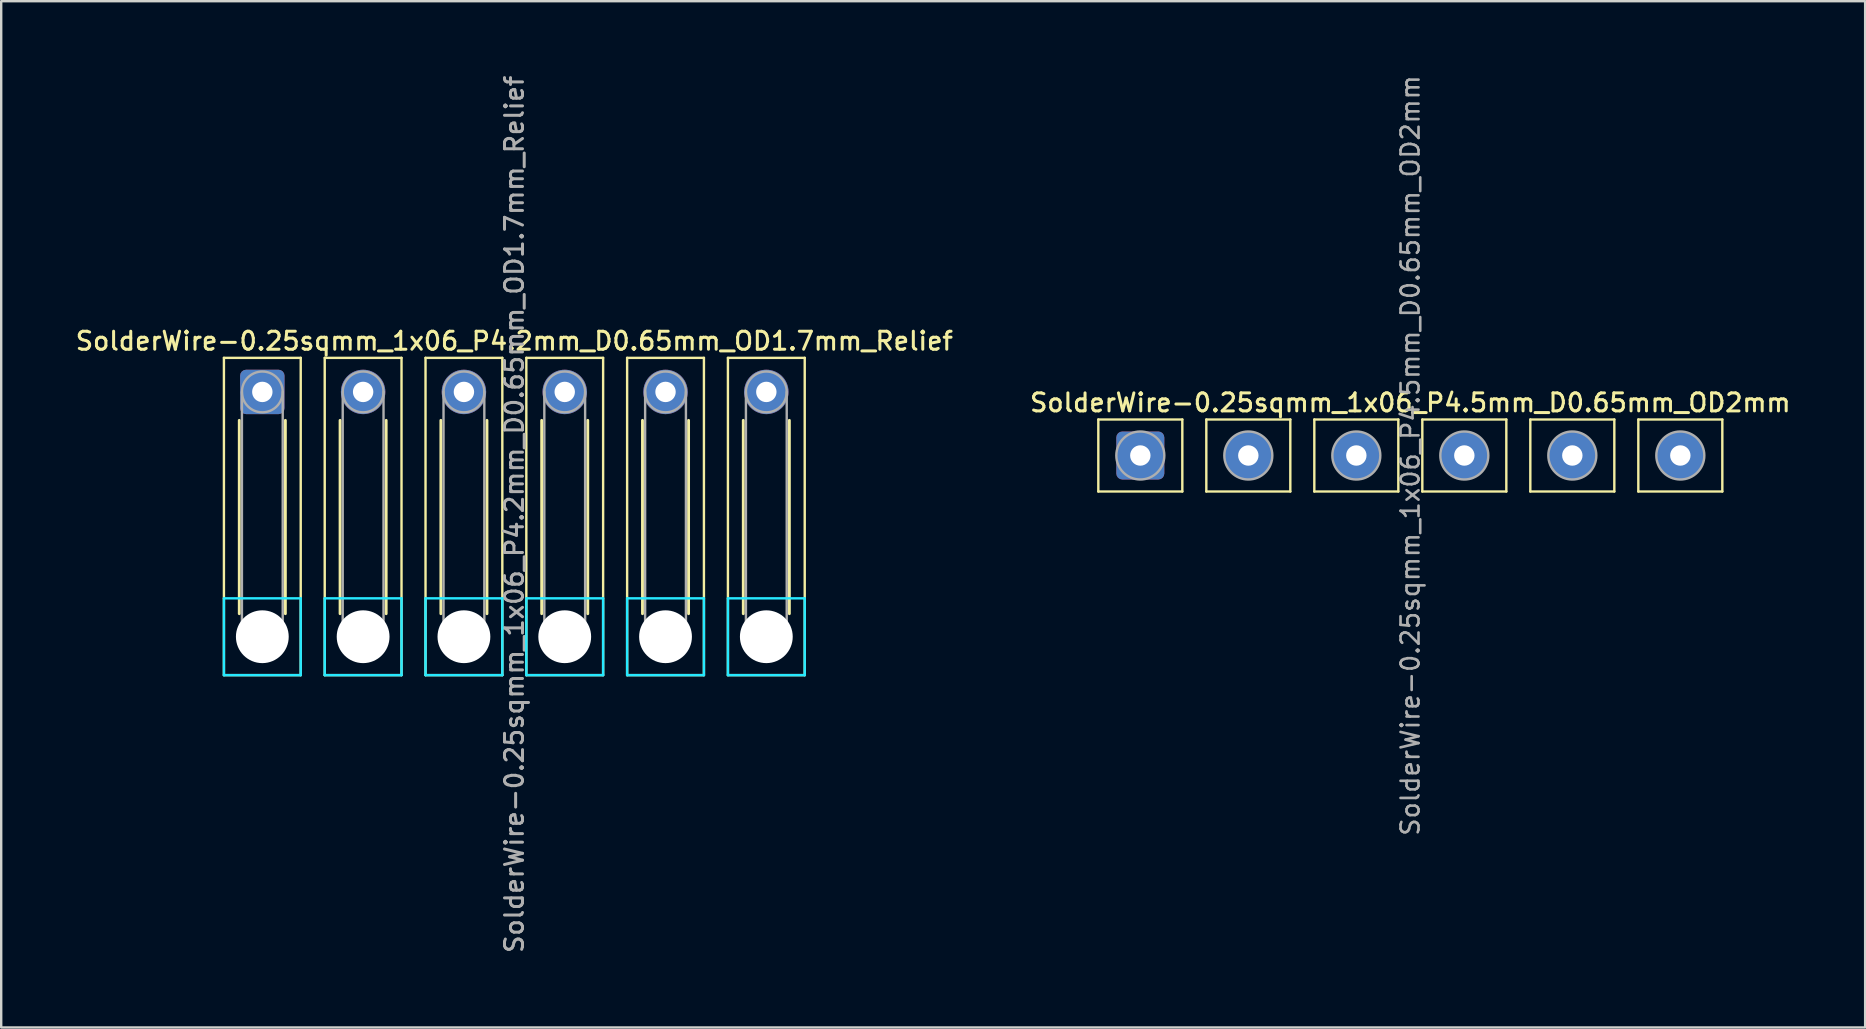
<source format=kicad_pcb>
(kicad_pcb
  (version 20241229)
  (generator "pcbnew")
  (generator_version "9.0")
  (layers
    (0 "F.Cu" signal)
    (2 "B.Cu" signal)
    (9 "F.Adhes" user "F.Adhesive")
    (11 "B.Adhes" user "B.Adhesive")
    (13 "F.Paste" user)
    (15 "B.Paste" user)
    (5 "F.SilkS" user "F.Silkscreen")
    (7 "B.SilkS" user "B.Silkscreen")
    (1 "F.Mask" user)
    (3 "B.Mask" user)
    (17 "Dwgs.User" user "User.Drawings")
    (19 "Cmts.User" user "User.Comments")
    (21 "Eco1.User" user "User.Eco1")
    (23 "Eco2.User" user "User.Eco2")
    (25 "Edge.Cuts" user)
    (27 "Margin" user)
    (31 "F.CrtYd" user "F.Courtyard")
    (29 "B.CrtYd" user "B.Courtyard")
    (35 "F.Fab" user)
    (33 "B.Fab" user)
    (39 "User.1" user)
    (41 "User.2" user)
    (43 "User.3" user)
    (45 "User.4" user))
  (footprint "SolderWire-0.25sqmm_1x06_P4.5mm_D0.65mm_OD2mm"
    (layer "F.Cu")
    (at 44.463 15.929)
    (property "Reference" "SolderWire-0.25sqmm_1x06_P4.5mm_D0.65mm_OD2mm" (at 11.25 -2.2 0) (layer "F.SilkS") (effects (font (size 0.75 0.75) (thickness 0.125))))
    (attr exclude_from_pos_files exclude_from_bom)
    (fp_line (start -1.75 -1.5) (end -1.75 1.5) (stroke (width 0.1) (type solid)) (layer "F.SilkS"))
    (fp_line (start -1.75 1.5) (end 1.75 1.5) (stroke (width 0.1) (type solid)) (layer "F.SilkS"))
    (fp_line (start 1.75 -1.5) (end -1.75 -1.5) (stroke (width 0.1) (type solid)) (layer "F.SilkS"))
    (fp_line (start 1.75 1.5) (end 1.75 -1.5) (stroke (width 0.1) (type solid)) (layer "F.SilkS"))
    (fp_line (start 2.75 -1.5) (end 2.75 1.5) (stroke (width 0.1) (type solid)) (layer "F.SilkS"))
    (fp_line (start 2.75 1.5) (end 6.25 1.5) (stroke (width 0.1) (type solid)) (layer "F.SilkS"))
    (fp_line (start 6.25 -1.5) (end 2.75 -1.5) (stroke (width 0.1) (type solid)) (layer "F.SilkS"))
    (fp_line (start 6.25 1.5) (end 6.25 -1.5) (stroke (width 0.1) (type solid)) (layer "F.SilkS"))
    (fp_line (start 7.25 -1.5) (end 7.25 1.5) (stroke (width 0.1) (type solid)) (layer "F.SilkS"))
    (fp_line (start 7.25 1.5) (end 10.75 1.5) (stroke (width 0.1) (type solid)) (layer "F.SilkS"))
    (fp_line (start 10.75 -1.5) (end 7.25 -1.5) (stroke (width 0.1) (type solid)) (layer "F.SilkS"))
    (fp_line (start 10.75 1.5) (end 10.75 -1.5) (stroke (width 0.1) (type solid)) (layer "F.SilkS"))
    (fp_line (start 11.75 -1.5) (end 11.75 1.5) (stroke (width 0.1) (type solid)) (layer "F.SilkS"))
    (fp_line (start 11.75 1.5) (end 15.25 1.5) (stroke (width 0.1) (type solid)) (layer "F.SilkS"))
    (fp_line (start 15.25 -1.5) (end 11.75 -1.5) (stroke (width 0.1) (type solid)) (layer "F.SilkS"))
    (fp_line (start 15.25 1.5) (end 15.25 -1.5) (stroke (width 0.1) (type solid)) (layer "F.SilkS"))
    (fp_line (start 16.25 -1.5) (end 16.25 1.5) (stroke (width 0.1) (type solid)) (layer "F.SilkS"))
    (fp_line (start 16.25 1.5) (end 19.75 1.5) (stroke (width 0.1) (type solid)) (layer "F.SilkS"))
    (fp_line (start 19.75 -1.5) (end 16.25 -1.5) (stroke (width 0.1) (type solid)) (layer "F.SilkS"))
    (fp_line (start 19.75 1.5) (end 19.75 -1.5) (stroke (width 0.1) (type solid)) (layer "F.SilkS"))
    (fp_line (start 20.75 -1.5) (end 20.75 1.5) (stroke (width 0.1) (type solid)) (layer "F.SilkS"))
    (fp_line (start 20.75 1.5) (end 24.25 1.5) (stroke (width 0.1) (type solid)) (layer "F.SilkS"))
    (fp_line (start 24.25 -1.5) (end 20.75 -1.5) (stroke (width 0.1) (type solid)) (layer "F.SilkS"))
    (fp_line (start 24.25 1.5) (end 24.25 -1.5) (stroke (width 0.1) (type solid)) (layer "F.SilkS"))
    (fp_circle (center 0 0) (end 1 0) (stroke (width 0.1) (type solid)) (fill no) (layer "F.Fab"))
    (fp_circle (center 4.5 0) (end 5.5 0) (stroke (width 0.1) (type solid)) (fill no) (layer "F.Fab"))
    (fp_circle (center 9 0) (end 10 0) (stroke (width 0.1) (type solid)) (fill no) (layer "F.Fab"))
    (fp_circle (center 13.5 0) (end 14.5 0) (stroke (width 0.1) (type solid)) (fill no) (layer "F.Fab"))
    (fp_circle (center 18 0) (end 19 0) (stroke (width 0.1) (type solid)) (fill no) (layer "F.Fab"))
    (fp_circle (center 22.5 0) (end 23.5 0) (stroke (width 0.1) (type solid)) (fill no) (layer "F.Fab"))
    (fp_text user "${REFERENCE}" (at 11.25 0 90) (layer "F.Fab") (effects (font (size 0.75 0.75) (thickness 0.11))))
    (pad "1" thru_hole roundrect (at 0 0) (size 2 2) (drill 0.85) (layers "*.Cu" "*.Mask") (roundrect_rratio 0.125))
    (pad "2" thru_hole circle (at 4.5 0) (size 2 2) (drill 0.85) (layers "*.Cu" "*.Mask"))
    (pad "3" thru_hole circle (at 9 0) (size 2 2) (drill 0.85) (layers "*.Cu" "*.Mask"))
    (pad "4" thru_hole circle (at 13.5 0) (size 2 2) (drill 0.85) (layers "*.Cu" "*.Mask"))
    (pad "5" thru_hole circle (at 18 0) (size 2 2) (drill 0.85) (layers "*.Cu" "*.Mask"))
    (pad "6" thru_hole circle (at 22.5 0) (size 2 2) (drill 0.85) (layers "*.Cu" "*.Mask")))
  (footprint "SolderWire-0.25sqmm_1x06_P4.2mm_D0.65mm_OD1.7mm_Relief"
    (layer "F.Cu")
    (at 7.88 13.28)
    (property "Reference" "SolderWire-0.25sqmm_1x06_P4.2mm_D0.65mm_OD1.7mm_Relief" (at 10.5 -2.12 0) (layer "F.SilkS") (effects (font (size 0.75 0.75) (thickness 0.125))))
    (attr exclude_from_pos_files exclude_from_bom)
    (fp_line (start -1.6 -1.42) (end -1.6 11.8) (stroke (width 0.1) (type solid)) (layer "F.SilkS"))
    (fp_line (start -1.6 11.8) (end 1.6 11.8) (stroke (width 0.1) (type solid)) (layer "F.SilkS"))
    (fp_line (start -0.96 1.185) (end -0.96 9.24) (stroke (width 0.12) (type solid)) (layer "F.SilkS"))
    (fp_line (start 0.96 1.185) (end 0.96 9.24) (stroke (width 0.12) (type solid)) (layer "F.SilkS"))
    (fp_line (start 1.6 -1.42) (end -1.6 -1.42) (stroke (width 0.1) (type solid)) (layer "F.SilkS"))
    (fp_line (start 1.6 11.8) (end 1.6 -1.42) (stroke (width 0.1) (type solid)) (layer "F.SilkS"))
    (fp_line (start 2.6 -1.42) (end 2.6 11.8) (stroke (width 0.1) (type solid)) (layer "F.SilkS"))
    (fp_line (start 2.6 11.8) (end 5.8 11.8) (stroke (width 0.1) (type solid)) (layer "F.SilkS"))
    (fp_line (start 3.24 1.185) (end 3.24 9.24) (stroke (width 0.12) (type solid)) (layer "F.SilkS"))
    (fp_line (start 5.16 1.185) (end 5.16 9.24) (stroke (width 0.12) (type solid)) (layer "F.SilkS"))
    (fp_line (start 5.8 -1.42) (end 2.6 -1.42) (stroke (width 0.1) (type solid)) (layer "F.SilkS"))
    (fp_line (start 5.8 11.8) (end 5.8 -1.42) (stroke (width 0.1) (type solid)) (layer "F.SilkS"))
    (fp_line (start 6.8 -1.42) (end 6.8 11.8) (stroke (width 0.1) (type solid)) (layer "F.SilkS"))
    (fp_line (start 6.8 11.8) (end 10 11.8) (stroke (width 0.1) (type solid)) (layer "F.SilkS"))
    (fp_line (start 7.44 1.185) (end 7.44 9.24) (stroke (width 0.12) (type solid)) (layer "F.SilkS"))
    (fp_line (start 9.36 1.185) (end 9.36 9.24) (stroke (width 0.12) (type solid)) (layer "F.SilkS"))
    (fp_line (start 10 -1.42) (end 6.8 -1.42) (stroke (width 0.1) (type solid)) (layer "F.SilkS"))
    (fp_line (start 10 11.8) (end 10 -1.42) (stroke (width 0.1) (type solid)) (layer "F.SilkS"))
    (fp_line (start 11 -1.42) (end 11 11.8) (stroke (width 0.1) (type solid)) (layer "F.SilkS"))
    (fp_line (start 11 11.8) (end 14.2 11.8) (stroke (width 0.1) (type solid)) (layer "F.SilkS"))
    (fp_line (start 11.64 1.185) (end 11.64 9.24) (stroke (width 0.12) (type solid)) (layer "F.SilkS"))
    (fp_line (start 13.56 1.185) (end 13.56 9.24) (stroke (width 0.12) (type solid)) (layer "F.SilkS"))
    (fp_line (start 14.2 -1.42) (end 11 -1.42) (stroke (width 0.1) (type solid)) (layer "F.SilkS"))
    (fp_line (start 14.2 11.8) (end 14.2 -1.42) (stroke (width 0.1) (type solid)) (layer "F.SilkS"))
    (fp_line (start 15.2 -1.42) (end 15.2 11.8) (stroke (width 0.1) (type solid)) (layer "F.SilkS"))
    (fp_line (start 15.2 11.8) (end 18.4 11.8) (stroke (width 0.1) (type solid)) (layer "F.SilkS"))
    (fp_line (start 15.84 1.185) (end 15.84 9.24) (stroke (width 0.12) (type solid)) (layer "F.SilkS"))
    (fp_line (start 17.76 1.185) (end 17.76 9.24) (stroke (width 0.12) (type solid)) (layer "F.SilkS"))
    (fp_line (start 18.4 -1.42) (end 15.2 -1.42) (stroke (width 0.1) (type solid)) (layer "F.SilkS"))
    (fp_line (start 18.4 11.8) (end 18.4 -1.42) (stroke (width 0.1) (type solid)) (layer "F.SilkS"))
    (fp_line (start 19.4 -1.42) (end 19.4 11.8) (stroke (width 0.1) (type solid)) (layer "F.SilkS"))
    (fp_line (start 19.4 11.8) (end 22.6 11.8) (stroke (width 0.1) (type solid)) (layer "F.SilkS"))
    (fp_line (start 20.04 1.185) (end 20.04 9.24) (stroke (width 0.12) (type solid)) (layer "F.SilkS"))
    (fp_line (start 21.96 1.185) (end 21.96 9.24) (stroke (width 0.12) (type solid)) (layer "F.SilkS"))
    (fp_line (start 22.6 -1.42) (end 19.4 -1.42) (stroke (width 0.1) (type solid)) (layer "F.SilkS"))
    (fp_line (start 22.6 11.8) (end 22.6 -1.42) (stroke (width 0.1) (type solid)) (layer "F.SilkS"))
    (fp_line (start -1.6 8.6) (end -1.6 11.8) (stroke (width 0.1) (type solid)) (layer "B.CrtYd"))
    (fp_line (start -1.6 11.8) (end 1.6 11.8) (stroke (width 0.1) (type solid)) (layer "B.CrtYd"))
    (fp_line (start 1.6 8.6) (end -1.6 8.6) (stroke (width 0.1) (type solid)) (layer "B.CrtYd"))
    (fp_line (start 1.6 11.8) (end 1.6 8.6) (stroke (width 0.1) (type solid)) (layer "B.CrtYd"))
    (fp_line (start 2.6 8.6) (end 2.6 11.8) (stroke (width 0.1) (type solid)) (layer "B.CrtYd"))
    (fp_line (start 2.6 11.8) (end 5.8 11.8) (stroke (width 0.1) (type solid)) (layer "B.CrtYd"))
    (fp_line (start 5.8 8.6) (end 2.6 8.6) (stroke (width 0.1) (type solid)) (layer "B.CrtYd"))
    (fp_line (start 5.8 11.8) (end 5.8 8.6) (stroke (width 0.1) (type solid)) (layer "B.CrtYd"))
    (fp_line (start 6.8 8.6) (end 6.8 11.8) (stroke (width 0.1) (type solid)) (layer "B.CrtYd"))
    (fp_line (start 6.8 11.8) (end 10 11.8) (stroke (width 0.1) (type solid)) (layer "B.CrtYd"))
    (fp_line (start 10 8.6) (end 6.8 8.6) (stroke (width 0.1) (type solid)) (layer "B.CrtYd"))
    (fp_line (start 10 11.8) (end 10 8.6) (stroke (width 0.1) (type solid)) (layer "B.CrtYd"))
    (fp_line (start 11 8.6) (end 11 11.8) (stroke (width 0.1) (type solid)) (layer "B.CrtYd"))
    (fp_line (start 11 11.8) (end 14.2 11.8) (stroke (width 0.1) (type solid)) (layer "B.CrtYd"))
    (fp_line (start 14.2 8.6) (end 11 8.6) (stroke (width 0.1) (type solid)) (layer "B.CrtYd"))
    (fp_line (start 14.2 11.8) (end 14.2 8.6) (stroke (width 0.1) (type solid)) (layer "B.CrtYd"))
    (fp_line (start 15.2 8.6) (end 15.2 11.8) (stroke (width 0.1) (type solid)) (layer "B.CrtYd"))
    (fp_line (start 15.2 11.8) (end 18.4 11.8) (stroke (width 0.1) (type solid)) (layer "B.CrtYd"))
    (fp_line (start 18.4 8.6) (end 15.2 8.6) (stroke (width 0.1) (type solid)) (layer "B.CrtYd"))
    (fp_line (start 18.4 11.8) (end 18.4 8.6) (stroke (width 0.1) (type solid)) (layer "B.CrtYd"))
    (fp_line (start 19.4 8.6) (end 19.4 11.8) (stroke (width 0.1) (type solid)) (layer "B.CrtYd"))
    (fp_line (start 19.4 11.8) (end 22.6 11.8) (stroke (width 0.1) (type solid)) (layer "B.CrtYd"))
    (fp_line (start 22.6 8.6) (end 19.4 8.6) (stroke (width 0.1) (type solid)) (layer "B.CrtYd"))
    (fp_line (start 22.6 11.8) (end 22.6 8.6) (stroke (width 0.1) (type solid)) (layer "B.CrtYd"))
    (fp_line (start -0.85 0) (end -0.85 10.2) (stroke (width 0.1) (type solid)) (layer "F.Fab"))
    (fp_line (start 0.85 0) (end 0.85 10.2) (stroke (width 0.1) (type solid)) (layer "F.Fab"))
    (fp_line (start 3.35 0) (end 3.35 10.2) (stroke (width 0.1) (type solid)) (layer "F.Fab"))
    (fp_line (start 5.05 0) (end 5.05 10.2) (stroke (width 0.1) (type solid)) (layer "F.Fab"))
    (fp_line (start 7.55 0) (end 7.55 10.2) (stroke (width 0.1) (type solid)) (layer "F.Fab"))
    (fp_line (start 9.25 0) (end 9.25 10.2) (stroke (width 0.1) (type solid)) (layer "F.Fab"))
    (fp_line (start 11.75 0) (end 11.75 10.2) (stroke (width 0.1) (type solid)) (layer "F.Fab"))
    (fp_line (start 13.45 0) (end 13.45 10.2) (stroke (width 0.1) (type solid)) (layer "F.Fab"))
    (fp_line (start 15.95 0) (end 15.95 10.2) (stroke (width 0.1) (type solid)) (layer "F.Fab"))
    (fp_line (start 17.65 0) (end 17.65 10.2) (stroke (width 0.1) (type solid)) (layer "F.Fab"))
    (fp_line (start 20.15 0) (end 20.15 10.2) (stroke (width 0.1) (type solid)) (layer "F.Fab"))
    (fp_line (start 21.85 0) (end 21.85 10.2) (stroke (width 0.1) (type solid)) (layer "F.Fab"))
    (fp_circle (center 0 0) (end 0.85 0) (stroke (width 0.1) (type solid)) (fill no) (layer "F.Fab"))
    (fp_circle (center 0 10.2) (end 0.85 10.2) (stroke (width 0.1) (type solid)) (fill no) (layer "F.Fab"))
    (fp_circle (center 4.2 0) (end 5.05 0) (stroke (width 0.1) (type solid)) (fill no) (layer "F.Fab"))
    (fp_circle (center 4.2 10.2) (end 5.05 10.2) (stroke (width 0.1) (type solid)) (fill no) (layer "F.Fab"))
    (fp_circle (center 8.4 0) (end 9.25 0) (stroke (width 0.1) (type solid)) (fill no) (layer "F.Fab"))
    (fp_circle (center 8.4 10.2) (end 9.25 10.2) (stroke (width 0.1) (type solid)) (fill no) (layer "F.Fab"))
    (fp_circle (center 12.6 0) (end 13.45 0) (stroke (width 0.1) (type solid)) (fill no) (layer "F.Fab"))
    (fp_circle (center 12.6 10.2) (end 13.45 10.2) (stroke (width 0.1) (type solid)) (fill no) (layer "F.Fab"))
    (fp_circle (center 16.8 0) (end 17.65 0) (stroke (width 0.1) (type solid)) (fill no) (layer "F.Fab"))
    (fp_circle (center 16.8 10.2) (end 17.65 10.2) (stroke (width 0.1) (type solid)) (fill no) (layer "F.Fab"))
    (fp_circle (center 21 0) (end 21.85 0) (stroke (width 0.1) (type solid)) (fill no) (layer "F.Fab"))
    (fp_circle (center 21 10.2) (end 21.85 10.2) (stroke (width 0.1) (type solid)) (fill no) (layer "F.Fab"))
    (fp_text user "${REFERENCE}" (at 10.5 5.1 90) (layer "F.Fab") (effects (font (size 0.75 0.75) (thickness 0.125))))
    (pad "" np_thru_hole circle (at 0 10.2) (size 2.2 2.2) (drill 2.2) (layers "*.Cu" "*.Mask"))
    (pad "" np_thru_hole circle (at 4.2 10.2) (size 2.2 2.2) (drill 2.2) (layers "*.Cu" "*.Mask"))
    (pad "" np_thru_hole circle (at 8.4 10.2) (size 2.2 2.2) (drill 2.2) (layers "*.Cu" "*.Mask"))
    (pad "" np_thru_hole circle (at 12.6 10.2) (size 2.2 2.2) (drill 2.2) (layers "*.Cu" "*.Mask"))
    (pad "" np_thru_hole circle (at 16.8 10.2) (size 2.2 2.2) (drill 2.2) (layers "*.Cu" "*.Mask"))
    (pad "" np_thru_hole circle (at 21 10.2) (size 2.2 2.2) (drill 2.2) (layers "*.Cu" "*.Mask"))
    (pad "1" thru_hole roundrect (at 0 0) (size 1.85 1.85) (drill 0.85) (layers "*.Cu" "*.Mask") (roundrect_rratio 0.135))
    (pad "2" thru_hole circle (at 4.2 0) (size 1.85 1.85) (drill 0.85) (layers "*.Cu" "*.Mask"))
    (pad "3" thru_hole circle (at 8.4 0) (size 1.85 1.85) (drill 0.85) (layers "*.Cu" "*.Mask"))
    (pad "4" thru_hole circle (at 12.6 0) (size 1.85 1.85) (drill 0.85) (layers "*.Cu" "*.Mask"))
    (pad "5" thru_hole circle (at 16.8 0) (size 1.85 1.85) (drill 0.85) (layers "*.Cu" "*.Mask"))
    (pad "6" thru_hole circle (at 21 0) (size 1.85 1.85) (drill 0.85) (layers "*.Cu" "*.Mask")))
  (gr_rect
    (start -3 -3)
    (end 74.664 39.761)
    (stroke (width 0.1) (type default))
    (fill no)
    (layer "Edge.Cuts")))
</source>
